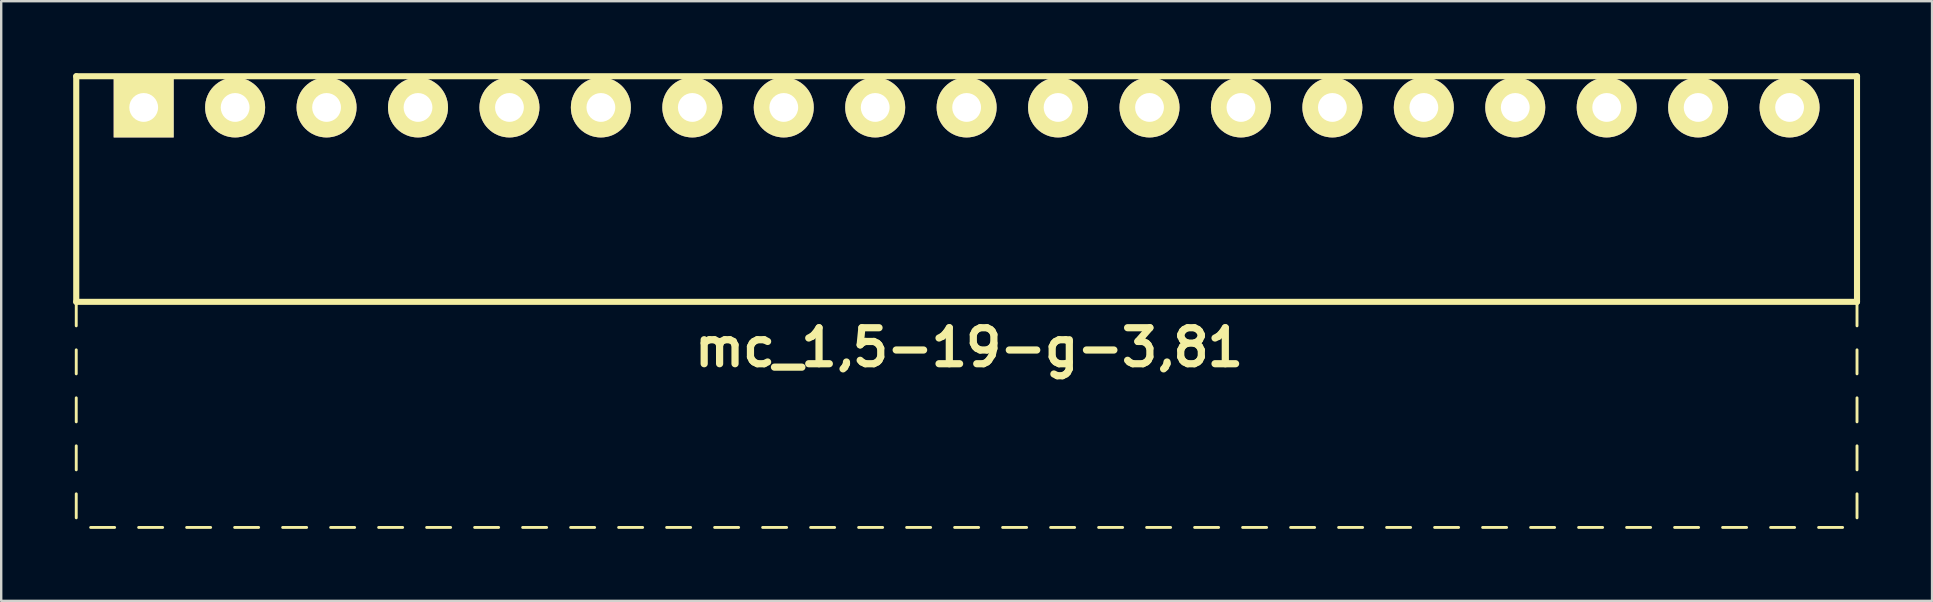
<source format=kicad_pcb>
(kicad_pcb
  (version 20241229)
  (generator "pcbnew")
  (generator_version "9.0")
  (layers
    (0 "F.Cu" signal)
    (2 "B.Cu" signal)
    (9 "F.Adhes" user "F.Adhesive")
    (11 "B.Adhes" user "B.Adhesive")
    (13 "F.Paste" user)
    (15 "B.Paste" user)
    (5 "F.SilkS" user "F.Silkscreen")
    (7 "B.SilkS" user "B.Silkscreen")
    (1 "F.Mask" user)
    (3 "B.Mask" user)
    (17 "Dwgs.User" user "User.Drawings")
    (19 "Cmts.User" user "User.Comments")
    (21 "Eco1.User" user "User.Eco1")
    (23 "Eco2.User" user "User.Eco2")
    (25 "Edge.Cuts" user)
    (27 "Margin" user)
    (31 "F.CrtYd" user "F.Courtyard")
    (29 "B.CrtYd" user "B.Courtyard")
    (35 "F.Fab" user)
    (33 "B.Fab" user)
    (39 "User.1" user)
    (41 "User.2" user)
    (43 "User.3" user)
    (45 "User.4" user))
  (footprint "mc_1,5-19-g-3,81"
    (layer "F.Cu")
    (at 37.227 1.427)
    (property "Reference" "mc_1,5-19-g-3,81" (at 0.1 10 0) (layer "F.SilkS") (effects (font (size 1.5 1.5) (thickness 0.3))))
    (attr through_hole)
    (fp_line (start -37.1 -1.3) (end -37.1 8.1) (stroke (width 0.254) (type solid)) (layer "F.SilkS"))
    (fp_line (start -37.1 -1.3) (end 37.1 -1.3) (stroke (width 0.254) (type solid)) (layer "F.SilkS"))
    (fp_line (start -37.1 8.1) (end -37.1 9.1) (stroke (width 0.12) (type solid)) (layer "F.SilkS"))
    (fp_line (start -37.1 8.1) (end 37.1 8.1) (stroke (width 0.254) (type solid)) (layer "F.SilkS"))
    (fp_line (start -37.1 10.1) (end -37.1 11.1) (stroke (width 0.12) (type solid)) (layer "F.SilkS"))
    (fp_line (start -37.1 12.1) (end -37.1 13.1) (stroke (width 0.12) (type solid)) (layer "F.SilkS"))
    (fp_line (start -37.1 14.1) (end -37.1 15.1) (stroke (width 0.12) (type solid)) (layer "F.SilkS"))
    (fp_line (start -37.1 16.1) (end -37.1 17.1) (stroke (width 0.12) (type solid)) (layer "F.SilkS"))
    (fp_line (start -36.5 17.5) (end -35.5 17.5) (stroke (width 0.12) (type solid)) (layer "F.SilkS"))
    (fp_line (start -34.5 17.5) (end -33.5 17.5) (stroke (width 0.12) (type solid)) (layer "F.SilkS"))
    (fp_line (start -32.5 17.5) (end -31.5 17.5) (stroke (width 0.12) (type solid)) (layer "F.SilkS"))
    (fp_line (start -30.5 17.5) (end -29.5 17.5) (stroke (width 0.12) (type solid)) (layer "F.SilkS"))
    (fp_line (start -28.5 17.5) (end -27.5 17.5) (stroke (width 0.12) (type solid)) (layer "F.SilkS"))
    (fp_line (start -26.5 17.5) (end -25.5 17.5) (stroke (width 0.12) (type solid)) (layer "F.SilkS"))
    (fp_line (start -24.5 17.5) (end -23.5 17.5) (stroke (width 0.12) (type solid)) (layer "F.SilkS"))
    (fp_line (start -22.5 17.5) (end -21.5 17.5) (stroke (width 0.12) (type solid)) (layer "F.SilkS"))
    (fp_line (start -20.5 17.5) (end -19.5 17.5) (stroke (width 0.12) (type solid)) (layer "F.SilkS"))
    (fp_line (start -18.5 17.5) (end -17.5 17.5) (stroke (width 0.12) (type solid)) (layer "F.SilkS"))
    (fp_line (start -16.5 17.5) (end -15.5 17.5) (stroke (width 0.12) (type solid)) (layer "F.SilkS"))
    (fp_line (start -14.5 17.5) (end -13.5 17.5) (stroke (width 0.12) (type solid)) (layer "F.SilkS"))
    (fp_line (start -12.5 17.5) (end -11.5 17.5) (stroke (width 0.12) (type solid)) (layer "F.SilkS"))
    (fp_line (start -10.5 17.5) (end -9.5 17.5) (stroke (width 0.12) (type solid)) (layer "F.SilkS"))
    (fp_line (start -8.5 17.5) (end -7.5 17.5) (stroke (width 0.12) (type solid)) (layer "F.SilkS"))
    (fp_line (start -6.5 17.5) (end -5.5 17.5) (stroke (width 0.12) (type solid)) (layer "F.SilkS"))
    (fp_line (start -4.5 17.5) (end -3.5 17.5) (stroke (width 0.12) (type solid)) (layer "F.SilkS"))
    (fp_line (start -2.5 17.5) (end -1.5 17.5) (stroke (width 0.12) (type solid)) (layer "F.SilkS"))
    (fp_line (start -0.5 17.5) (end 0.5 17.5) (stroke (width 0.12) (type solid)) (layer "F.SilkS"))
    (fp_line (start 1.5 17.5) (end 2.5 17.5) (stroke (width 0.12) (type solid)) (layer "F.SilkS"))
    (fp_line (start 3.5 17.5) (end 4.5 17.5) (stroke (width 0.12) (type solid)) (layer "F.SilkS"))
    (fp_line (start 5.5 17.5) (end 6.5 17.5) (stroke (width 0.12) (type solid)) (layer "F.SilkS"))
    (fp_line (start 7.5 17.5) (end 8.5 17.5) (stroke (width 0.12) (type solid)) (layer "F.SilkS"))
    (fp_line (start 9.5 17.5) (end 10.5 17.5) (stroke (width 0.12) (type solid)) (layer "F.SilkS"))
    (fp_line (start 11.5 17.5) (end 12.5 17.5) (stroke (width 0.12) (type solid)) (layer "F.SilkS"))
    (fp_line (start 13.5 17.5) (end 14.5 17.5) (stroke (width 0.12) (type solid)) (layer "F.SilkS"))
    (fp_line (start 15.5 17.5) (end 16.5 17.5) (stroke (width 0.12) (type solid)) (layer "F.SilkS"))
    (fp_line (start 17.5 17.5) (end 18.5 17.5) (stroke (width 0.12) (type solid)) (layer "F.SilkS"))
    (fp_line (start 19.5 17.5) (end 20.5 17.5) (stroke (width 0.12) (type solid)) (layer "F.SilkS"))
    (fp_line (start 21.5 17.5) (end 22.5 17.5) (stroke (width 0.12) (type solid)) (layer "F.SilkS"))
    (fp_line (start 23.5 17.5) (end 24.5 17.5) (stroke (width 0.12) (type solid)) (layer "F.SilkS"))
    (fp_line (start 25.5 17.5) (end 26.5 17.5) (stroke (width 0.12) (type solid)) (layer "F.SilkS"))
    (fp_line (start 27.5 17.5) (end 28.5 17.5) (stroke (width 0.12) (type solid)) (layer "F.SilkS"))
    (fp_line (start 29.5 17.5) (end 30.5 17.5) (stroke (width 0.12) (type solid)) (layer "F.SilkS"))
    (fp_line (start 31.5 17.5) (end 32.5 17.5) (stroke (width 0.12) (type solid)) (layer "F.SilkS"))
    (fp_line (start 33.5 17.5) (end 34.5 17.5) (stroke (width 0.12) (type solid)) (layer "F.SilkS"))
    (fp_line (start 35.5 17.5) (end 36.5 17.5) (stroke (width 0.12) (type solid)) (layer "F.SilkS"))
    (fp_line (start 37.1 -1.3) (end 37.1 8.1) (stroke (width 0.254) (type solid)) (layer "F.SilkS"))
    (fp_line (start 37.1 8.1) (end 37.1 9.1) (stroke (width 0.12) (type solid)) (layer "F.SilkS"))
    (fp_line (start 37.1 10.1) (end 37.1 11.1) (stroke (width 0.12) (type solid)) (layer "F.SilkS"))
    (fp_line (start 37.1 12.1) (end 37.1 13.1) (stroke (width 0.12) (type solid)) (layer "F.SilkS"))
    (fp_line (start 37.1 14.1) (end 37.1 15.1) (stroke (width 0.12) (type solid)) (layer "F.SilkS"))
    (fp_line (start 37.1 17.1) (end 37.1 16.1) (stroke (width 0.12) (type solid)) (layer "F.SilkS"))
    (pad "1" thru_hole rect (at -34.29 0) (size 2.5 2.5) (drill 1.2) (layers "*.Cu" "*.Mask" "F.SilkS"))
    (pad "2" thru_hole circle (at -30.48 0) (size 2.5 2.5) (drill 1.2) (layers "*.Cu" "*.Mask" "F.SilkS"))
    (pad "3" thru_hole circle (at -26.67 0) (size 2.5 2.5) (drill 1.2) (layers "*.Cu" "*.Mask" "F.SilkS"))
    (pad "4" thru_hole circle (at -22.86 0) (size 2.5 2.5) (drill 1.2) (layers "*.Cu" "*.Mask" "F.SilkS"))
    (pad "5" thru_hole circle (at -19.05 0) (size 2.5 2.5) (drill 1.2) (layers "*.Cu" "*.Mask" "F.SilkS"))
    (pad "6" thru_hole circle (at -15.24 0) (size 2.5 2.5) (drill 1.2) (layers "*.Cu" "*.Mask" "F.SilkS"))
    (pad "7" thru_hole circle (at -11.43 0) (size 2.5 2.5) (drill 1.2) (layers "*.Cu" "*.Mask" "F.SilkS"))
    (pad "8" thru_hole circle (at -7.62 0) (size 2.5 2.5) (drill 1.2) (layers "*.Cu" "*.Mask" "F.SilkS"))
    (pad "9" thru_hole circle (at -3.81 0) (size 2.5 2.5) (drill 1.2) (layers "*.Cu" "*.Mask" "F.SilkS"))
    (pad "10" thru_hole circle (at 0 0) (size 2.5 2.5) (drill 1.2) (layers "*.Cu" "*.Mask" "F.SilkS"))
    (pad "11" thru_hole circle (at 3.81 0) (size 2.5 2.5) (drill 1.2) (layers "*.Cu" "*.Mask" "F.SilkS"))
    (pad "12" thru_hole circle (at 7.62 0) (size 2.5 2.5) (drill 1.2) (layers "*.Cu" "*.Mask" "F.SilkS"))
    (pad "13" thru_hole circle (at 11.43 0) (size 2.5 2.5) (drill 1.2) (layers "*.Cu" "*.Mask" "F.SilkS"))
    (pad "14" thru_hole circle (at 15.24 0) (size 2.5 2.5) (drill 1.2) (layers "*.Cu" "*.Mask" "F.SilkS"))
    (pad "15" thru_hole circle (at 19.05 0) (size 2.5 2.5) (drill 1.2) (layers "*.Cu" "*.Mask" "F.SilkS"))
    (pad "16" thru_hole circle (at 22.86 0) (size 2.5 2.5) (drill 1.2) (layers "*.Cu" "*.Mask" "F.SilkS"))
    (pad "17" thru_hole circle (at 26.67 0) (size 2.5 2.5) (drill 1.2) (layers "*.Cu" "*.Mask" "F.SilkS"))
    (pad "18" thru_hole circle (at 30.48 0) (size 2.5 2.5) (drill 1.2) (layers "*.Cu" "*.Mask" "F.SilkS"))
    (pad "19" thru_hole circle (at 34.29 0) (size 2.5 2.5) (drill 1.2) (layers "*.Cu" "*.Mask" "F.SilkS")))
  (gr_rect
    (start -3 -3)
    (end 77.454 21.987)
    (stroke (width 0.1) (type default))
    (fill no)
    (layer "Edge.Cuts")))
</source>
